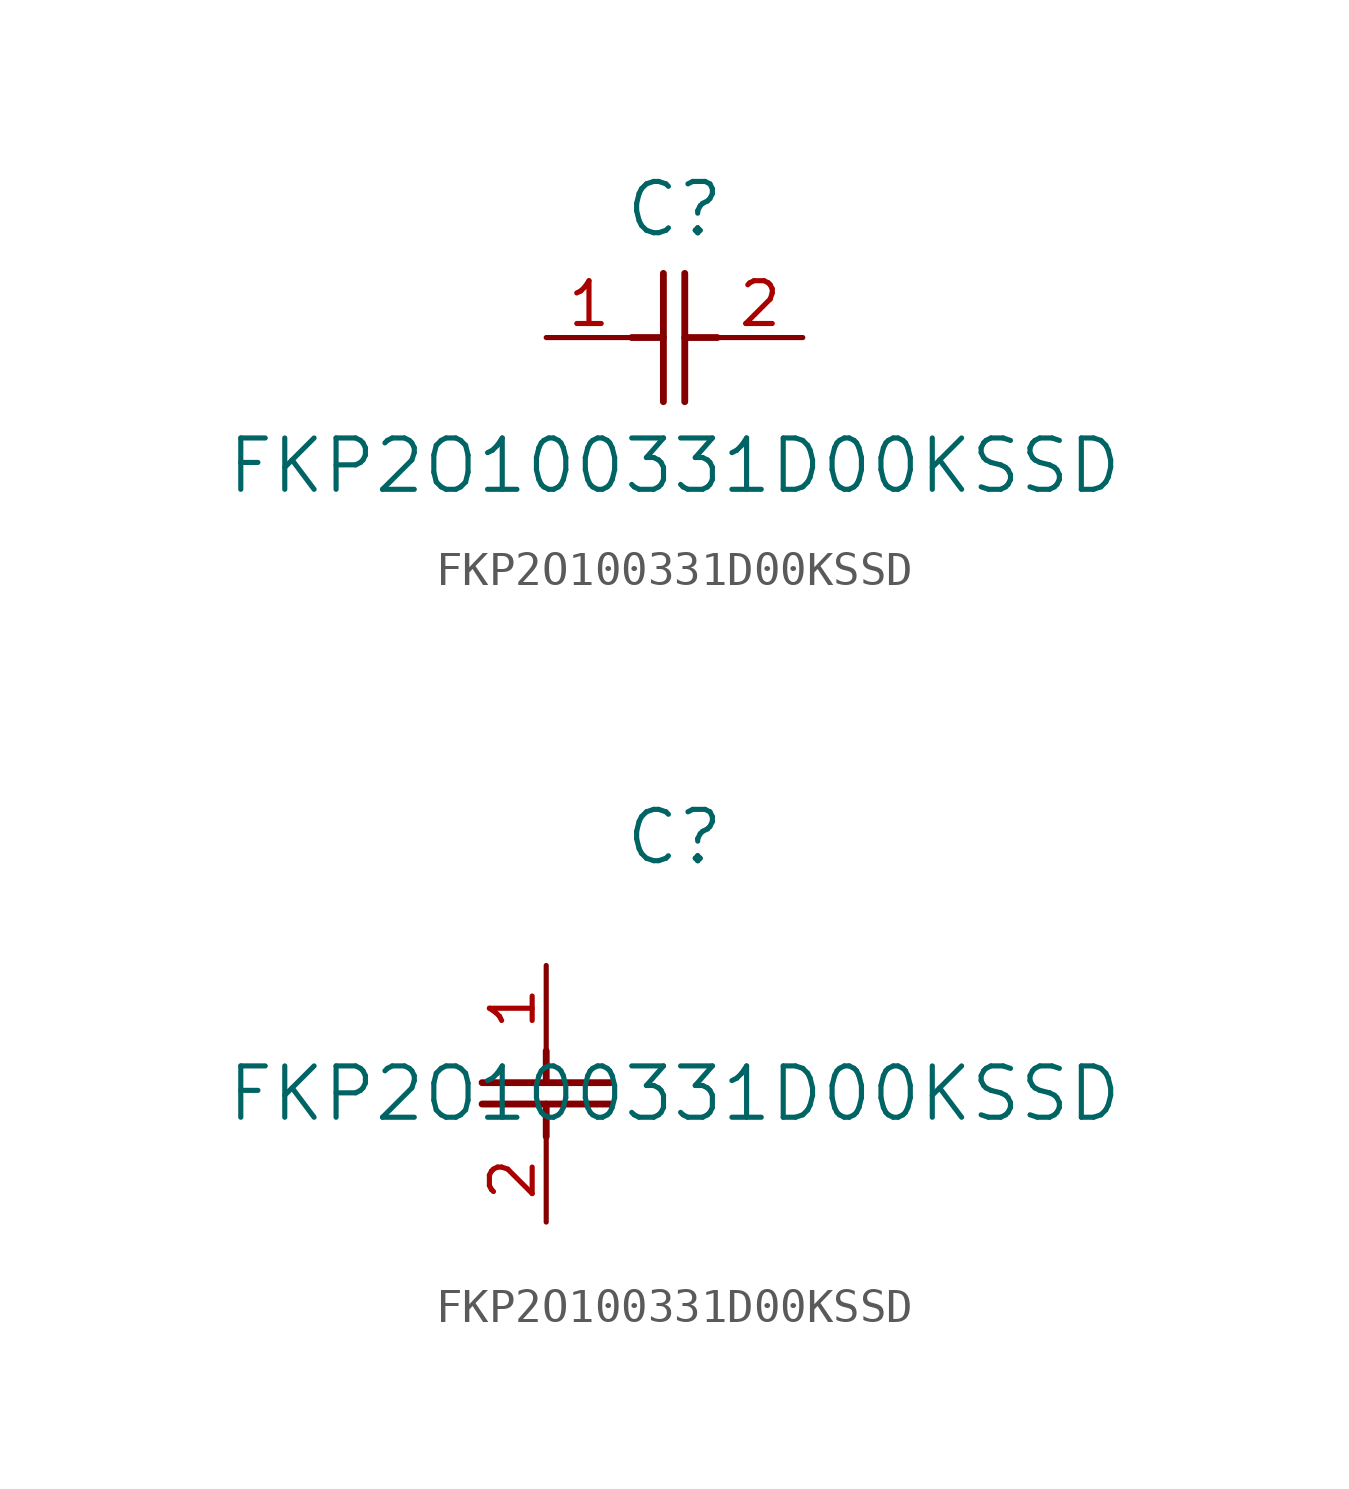
<source format=kicad_sym>
(kicad_symbol_lib
  (version 20211014)
  (generator kicad_symbol_editor)
  (symbol "FKP2O100331D00KSSD"
    (pin_names
      (offset 0.254))
    (property "Reference" "C"
      (at 3.81 3.81 0)
      (effects (font (size 1.524 1.524))))
    (property "Value" "FKP2O100331D00KSSD"
      (at 3.81 -3.81 0)
      (effects (font (size 1.524 1.524))))
    (symbol "FKP2O100331D00KSSD_1_1"
      (polyline (pts (xy 3.48 -1.905) (xy 3.48 1.905)) (stroke (width 0.203) (type default) (color 0 0 0 0)) (fill (type none)))
      (polyline (pts (xy 4.115 -1.905) (xy 4.115 1.905)) (stroke (width 0.203) (type default) (color 0 0 0 0)) (fill (type none)))
      (polyline (pts (xy 4.115 0) (xy 5.08 0)) (stroke (width 0.203) (type default) (color 0 0 0 0)) (fill (type none)))
      (polyline (pts (xy 2.54 0) (xy 3.48 0)) (stroke (width 0.203) (type default) (color 0 0 0 0)) (fill (type none)))
      (pin unspecified line (at 0 0 0) (length 2.54) (name "" (effects (font (size 1.27 1.27)))) (number "1" (effects (font (size 1.27 1.27)))))
      (pin unspecified line (at 7.62 0 180) (length 2.54) (name "" (effects (font (size 1.27 1.27)))) (number "2" (effects (font (size 1.27 1.27))))))
    (symbol "FKP2O100331D00KSSD_1_2"
      (polyline (pts (xy -1.905 -3.48) (xy 1.905 -3.48)) (stroke (width 0.203) (type default) (color 0 0 0 0)) (fill (type none)))
      (polyline (pts (xy -1.905 -4.115) (xy 1.905 -4.115)) (stroke (width 0.203) (type default) (color 0 0 0 0)) (fill (type none)))
      (polyline (pts (xy 0 -4.115) (xy 0 -5.08)) (stroke (width 0.203) (type default) (color 0 0 0 0)) (fill (type none)))
      (polyline (pts (xy 0 -2.54) (xy 0 -3.48)) (stroke (width 0.203) (type default) (color 0 0 0 0)) (fill (type none)))
      (pin unspecified line (at 0 0 270) (length 2.54) (name "" (effects (font (size 1.27 1.27)))) (number "1" (effects (font (size 1.27 1.27)))))
      (pin unspecified line (at 0 -7.62 90) (length 2.54) (name "" (effects (font (size 1.27 1.27)))) (number "2" (effects (font (size 1.27 1.27))))))))
</source>
